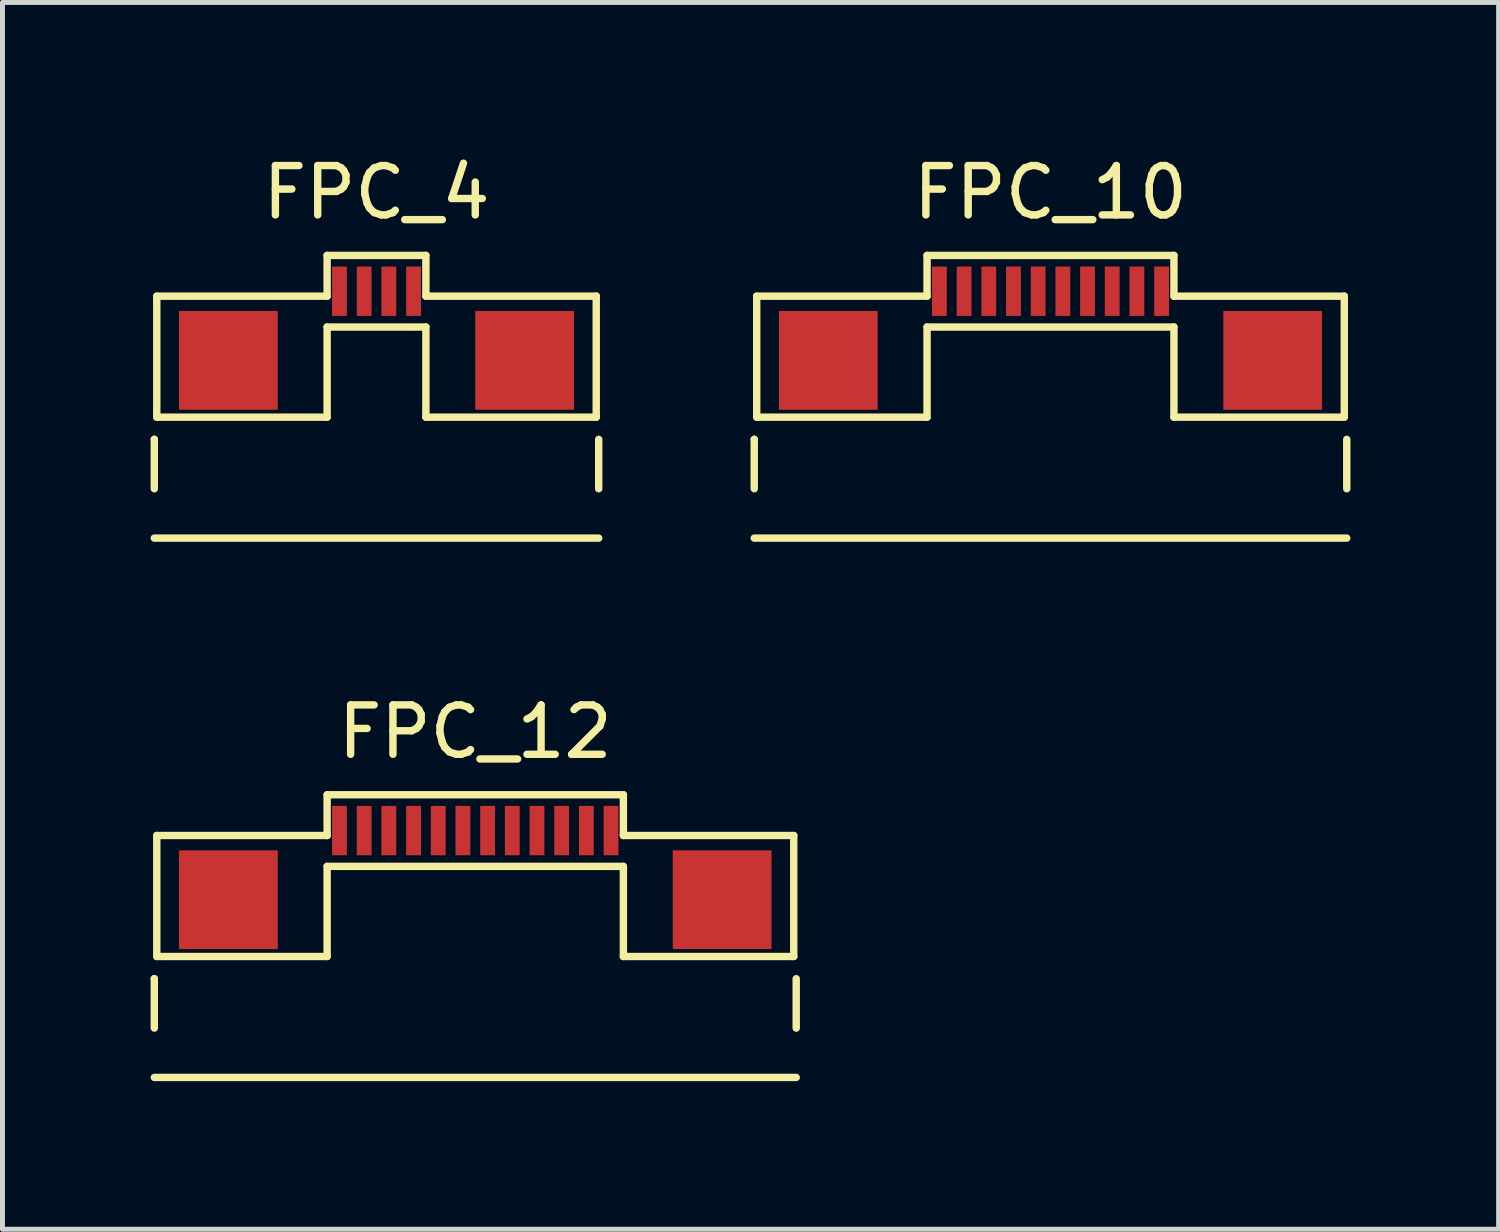
<source format=kicad_pcb>
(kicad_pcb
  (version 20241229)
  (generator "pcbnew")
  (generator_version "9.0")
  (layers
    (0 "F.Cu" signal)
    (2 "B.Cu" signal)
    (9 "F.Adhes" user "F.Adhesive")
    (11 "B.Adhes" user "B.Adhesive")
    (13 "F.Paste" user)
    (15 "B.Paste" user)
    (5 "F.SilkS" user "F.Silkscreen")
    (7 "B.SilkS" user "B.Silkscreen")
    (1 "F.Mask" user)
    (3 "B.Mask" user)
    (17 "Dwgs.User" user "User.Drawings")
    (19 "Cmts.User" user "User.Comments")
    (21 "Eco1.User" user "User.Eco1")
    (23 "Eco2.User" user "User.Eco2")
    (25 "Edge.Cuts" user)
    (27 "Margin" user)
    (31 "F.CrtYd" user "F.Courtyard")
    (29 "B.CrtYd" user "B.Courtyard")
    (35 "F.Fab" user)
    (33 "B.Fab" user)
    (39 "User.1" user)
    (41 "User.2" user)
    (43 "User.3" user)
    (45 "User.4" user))
  (footprint "FPC_4"
    (layer "F.Cu")
    (at 4.575 2.848)
    (property "Reference" "FPC_4" (at 0 -2 0) (layer "F.SilkS") (effects (font (size 1 1) (thickness 0.15))))
    (attr smd)
    (fp_line (start -4.5 3) (end -4.5 3) (stroke (width 0.15) (type solid)) (layer "F.SilkS"))
    (fp_line (start -4.5 4) (end -4.5 3) (stroke (width 0.15) (type solid)) (layer "F.SilkS"))
    (fp_line (start -4.45 0.1) (end -1 0.1) (stroke (width 0.15) (type solid)) (layer "F.SilkS"))
    (fp_line (start -4.45 2.55) (end -4.45 0.1) (stroke (width 0.15) (type solid)) (layer "F.SilkS"))
    (fp_line (start -1 -0.725) (end 1 -0.725) (stroke (width 0.15) (type solid)) (layer "F.SilkS"))
    (fp_line (start -1 0.1) (end -1 -0.725) (stroke (width 0.15) (type solid)) (layer "F.SilkS"))
    (fp_line (start -1 0.725) (end -1 2.55) (stroke (width 0.15) (type solid)) (layer "F.SilkS"))
    (fp_line (start -1 0.725) (end 1 0.725) (stroke (width 0.15) (type solid)) (layer "F.SilkS"))
    (fp_line (start -1 2.55) (end -4.45 2.55) (stroke (width 0.15) (type solid)) (layer "F.SilkS"))
    (fp_line (start 1 0.1) (end 1 -0.725) (stroke (width 0.15) (type solid)) (layer "F.SilkS"))
    (fp_line (start 1 0.725) (end 1 2.55) (stroke (width 0.15) (type solid)) (layer "F.SilkS"))
    (fp_line (start 1 2.55) (end 4.45 2.55) (stroke (width 0.15) (type solid)) (layer "F.SilkS"))
    (fp_line (start 4.45 0.1) (end 1 0.1) (stroke (width 0.15) (type solid)) (layer "F.SilkS"))
    (fp_line (start 4.45 2.55) (end 4.45 0.1) (stroke (width 0.15) (type solid)) (layer "F.SilkS"))
    (fp_line (start 4.5 3) (end 4.5 4) (stroke (width 0.15) (type solid)) (layer "F.SilkS"))
    (fp_line (start 4.5 5) (end -4.5 5) (stroke (width 0.15) (type solid)) (layer "F.SilkS"))
    (pad "0" smd rect (at -3 1.4) (size 2 2) (layers "F.Cu" "F.Mask" "F.Paste"))
    (pad "0" smd rect (at 3 1.4) (size 2 2) (layers "F.Cu" "F.Mask" "F.Paste"))
    (pad "1" smd rect (at -0.75 0) (size 0.3 1) (layers "F.Cu" "F.Mask" "F.Paste"))
    (pad "2" smd rect (at -0.25 0) (size 0.3 1) (layers "F.Cu" "F.Mask" "F.Paste"))
    (pad "3" smd rect (at 0.25 0) (size 0.3 1) (layers "F.Cu" "F.Mask" "F.Paste"))
    (pad "4" smd rect (at 0.75 0) (size 0.3 1) (layers "F.Cu" "F.Mask" "F.Paste")))
  (footprint "FPC_12"
    (layer "F.Cu")
    (at 6.575 13.771)
    (property "Reference" "FPC_12" (at 0 -2 0) (layer "F.SilkS") (effects (font (size 1 1) (thickness 0.15))))
    (attr smd)
    (fp_line (start -6.5 3) (end -6.5 3) (stroke (width 0.15) (type solid)) (layer "F.SilkS"))
    (fp_line (start -6.5 4) (end -6.5 3) (stroke (width 0.15) (type solid)) (layer "F.SilkS"))
    (fp_line (start -6.45 0.1) (end -3 0.1) (stroke (width 0.15) (type solid)) (layer "F.SilkS"))
    (fp_line (start -6.45 2.55) (end -6.45 0.1) (stroke (width 0.15) (type solid)) (layer "F.SilkS"))
    (fp_line (start -3 -0.725) (end 3 -0.725) (stroke (width 0.15) (type solid)) (layer "F.SilkS"))
    (fp_line (start -3 0.1) (end -3 -0.725) (stroke (width 0.15) (type solid)) (layer "F.SilkS"))
    (fp_line (start -3 0.725) (end -3 2.55) (stroke (width 0.15) (type solid)) (layer "F.SilkS"))
    (fp_line (start -3 0.725) (end 3 0.725) (stroke (width 0.15) (type solid)) (layer "F.SilkS"))
    (fp_line (start -3 2.55) (end -6.45 2.55) (stroke (width 0.15) (type solid)) (layer "F.SilkS"))
    (fp_line (start 3 0.1) (end 3 -0.725) (stroke (width 0.15) (type solid)) (layer "F.SilkS"))
    (fp_line (start 3 0.725) (end 3 2.55) (stroke (width 0.15) (type solid)) (layer "F.SilkS"))
    (fp_line (start 3 2.55) (end 6.45 2.55) (stroke (width 0.15) (type solid)) (layer "F.SilkS"))
    (fp_line (start 6.45 0.1) (end 3 0.1) (stroke (width 0.15) (type solid)) (layer "F.SilkS"))
    (fp_line (start 6.45 2.55) (end 6.45 0.1) (stroke (width 0.15) (type solid)) (layer "F.SilkS"))
    (fp_line (start 6.5 3) (end 6.5 4) (stroke (width 0.15) (type solid)) (layer "F.SilkS"))
    (fp_line (start 6.5 5) (end -6.5 5) (stroke (width 0.15) (type solid)) (layer "F.SilkS"))
    (pad "0" smd rect (at -5 1.4) (size 2 2) (layers "F.Cu" "F.Mask" "F.Paste"))
    (pad "0" smd rect (at 5 1.4) (size 2 2) (layers "F.Cu" "F.Mask" "F.Paste"))
    (pad "1" smd rect (at -2.75 0) (size 0.3 1) (layers "F.Cu" "F.Mask" "F.Paste"))
    (pad "2" smd rect (at -2.25 0) (size 0.3 1) (layers "F.Cu" "F.Mask" "F.Paste"))
    (pad "3" smd rect (at -1.75 0) (size 0.3 1) (layers "F.Cu" "F.Mask" "F.Paste"))
    (pad "4" smd rect (at -1.25 0) (size 0.3 1) (layers "F.Cu" "F.Mask" "F.Paste"))
    (pad "5" smd rect (at -0.75 0) (size 0.3 1) (layers "F.Cu" "F.Mask" "F.Paste"))
    (pad "6" smd rect (at -0.25 0) (size 0.3 1) (layers "F.Cu" "F.Mask" "F.Paste"))
    (pad "7" smd rect (at 0.25 0) (size 0.3 1) (layers "F.Cu" "F.Mask" "F.Paste"))
    (pad "8" smd rect (at 0.75 0) (size 0.3 1) (layers "F.Cu" "F.Mask" "F.Paste"))
    (pad "9" smd rect (at 1.25 0) (size 0.3 1) (layers "F.Cu" "F.Mask" "F.Paste"))
    (pad "10" smd rect (at 1.75 0) (size 0.3 1) (layers "F.Cu" "F.Mask" "F.Paste"))
    (pad "11" smd rect (at 2.25 0) (size 0.3 1) (layers "F.Cu" "F.Mask" "F.Paste"))
    (pad "12" smd rect (at 2.75 0) (size 0.3 1) (layers "F.Cu" "F.Mask" "F.Paste")))
  (footprint "FPC_10"
    (layer "F.Cu")
    (at 18.225 2.848)
    (property "Reference" "FPC_10" (at 0 -2 0) (layer "F.SilkS") (effects (font (size 1 1) (thickness 0.15))))
    (attr smd)
    (fp_line (start -6 3) (end -6 3) (stroke (width 0.15) (type solid)) (layer "F.SilkS"))
    (fp_line (start -6 4) (end -6 3) (stroke (width 0.15) (type solid)) (layer "F.SilkS"))
    (fp_line (start -5.95 0.1) (end -2.5 0.1) (stroke (width 0.15) (type solid)) (layer "F.SilkS"))
    (fp_line (start -5.95 2.55) (end -5.95 0.1) (stroke (width 0.15) (type solid)) (layer "F.SilkS"))
    (fp_line (start -2.5 -0.725) (end 2.5 -0.725) (stroke (width 0.15) (type solid)) (layer "F.SilkS"))
    (fp_line (start -2.5 0.1) (end -2.5 -0.725) (stroke (width 0.15) (type solid)) (layer "F.SilkS"))
    (fp_line (start -2.5 0.725) (end -2.5 2.55) (stroke (width 0.15) (type solid)) (layer "F.SilkS"))
    (fp_line (start -2.5 0.725) (end 2.5 0.725) (stroke (width 0.15) (type solid)) (layer "F.SilkS"))
    (fp_line (start -2.5 2.55) (end -5.95 2.55) (stroke (width 0.15) (type solid)) (layer "F.SilkS"))
    (fp_line (start 2.5 0.1) (end 2.5 -0.725) (stroke (width 0.15) (type solid)) (layer "F.SilkS"))
    (fp_line (start 2.5 0.725) (end 2.5 2.55) (stroke (width 0.15) (type solid)) (layer "F.SilkS"))
    (fp_line (start 2.5 2.55) (end 5.95 2.55) (stroke (width 0.15) (type solid)) (layer "F.SilkS"))
    (fp_line (start 5.95 0.1) (end 2.5 0.1) (stroke (width 0.15) (type solid)) (layer "F.SilkS"))
    (fp_line (start 5.95 2.55) (end 5.95 0.1) (stroke (width 0.15) (type solid)) (layer "F.SilkS"))
    (fp_line (start 6 3) (end 6 4) (stroke (width 0.15) (type solid)) (layer "F.SilkS"))
    (fp_line (start 6 5) (end -6 5) (stroke (width 0.15) (type solid)) (layer "F.SilkS"))
    (pad "0" smd rect (at -4.5 1.4) (size 2 2) (layers "F.Cu" "F.Mask" "F.Paste"))
    (pad "0" smd rect (at 4.5 1.4) (size 2 2) (layers "F.Cu" "F.Mask" "F.Paste"))
    (pad "1" smd rect (at -2.25 0) (size 0.3 1) (layers "F.Cu" "F.Mask" "F.Paste"))
    (pad "2" smd rect (at -1.75 0) (size 0.3 1) (layers "F.Cu" "F.Mask" "F.Paste"))
    (pad "3" smd rect (at -1.25 0) (size 0.3 1) (layers "F.Cu" "F.Mask" "F.Paste"))
    (pad "4" smd rect (at -0.75 0) (size 0.3 1) (layers "F.Cu" "F.Mask" "F.Paste"))
    (pad "5" smd rect (at -0.25 0) (size 0.3 1) (layers "F.Cu" "F.Mask" "F.Paste"))
    (pad "6" smd rect (at 0.25 0) (size 0.3 1) (layers "F.Cu" "F.Mask" "F.Paste"))
    (pad "7" smd rect (at 0.75 0) (size 0.3 1) (layers "F.Cu" "F.Mask" "F.Paste"))
    (pad "8" smd rect (at 1.25 0) (size 0.3 1) (layers "F.Cu" "F.Mask" "F.Paste"))
    (pad "9" smd rect (at 1.75 0) (size 0.3 1) (layers "F.Cu" "F.Mask" "F.Paste"))
    (pad "10" smd rect (at 2.25 0) (size 0.3 1) (layers "F.Cu" "F.Mask" "F.Paste")))
  (gr_rect
    (start -3 -3)
    (end 27.3 21.846)
    (stroke (width 0.1) (type default))
    (fill no)
    (layer "Edge.Cuts")))
</source>
